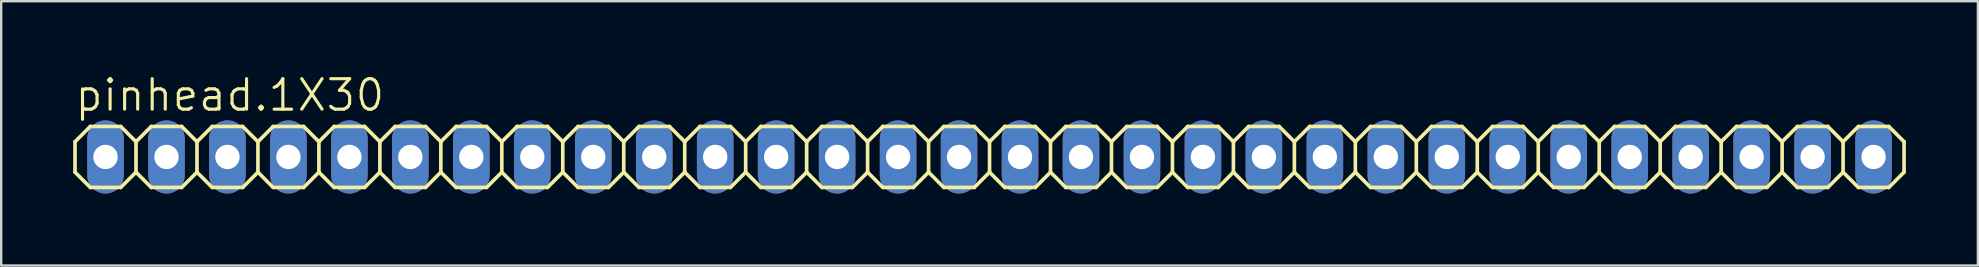
<source format=kicad_pcb>
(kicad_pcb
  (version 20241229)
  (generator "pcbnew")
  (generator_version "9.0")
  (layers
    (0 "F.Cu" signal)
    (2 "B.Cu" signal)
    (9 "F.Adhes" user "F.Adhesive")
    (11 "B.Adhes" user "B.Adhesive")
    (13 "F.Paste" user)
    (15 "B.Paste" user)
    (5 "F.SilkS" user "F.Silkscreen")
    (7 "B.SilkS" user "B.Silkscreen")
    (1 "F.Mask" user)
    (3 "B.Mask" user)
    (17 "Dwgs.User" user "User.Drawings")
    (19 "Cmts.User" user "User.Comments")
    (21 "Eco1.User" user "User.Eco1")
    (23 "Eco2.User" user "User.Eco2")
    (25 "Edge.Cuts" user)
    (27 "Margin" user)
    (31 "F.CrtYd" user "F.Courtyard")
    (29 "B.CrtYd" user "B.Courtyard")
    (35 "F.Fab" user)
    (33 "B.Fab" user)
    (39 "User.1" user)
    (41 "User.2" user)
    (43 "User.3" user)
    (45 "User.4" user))
  (footprint "pinhead.1X30"
    (layer "F.Cu")
    (at 38.176 3.489)
    (property "Reference" "pinhead.1X30" (at -38.176 -1.829 0) (layer "F.SilkS") (effects (font (size 1.27 1.27) (thickness 0.13)) (justify left bottom)))
    (attr through_hole)
    (fp_line (start -38.1 -0.635) (end -38.1 0.635) (stroke (width 0.152) (type default)) (layer "F.SilkS"))
    (fp_line (start -38.1 0.635) (end -37.465 1.27) (stroke (width 0.152) (type default)) (layer "F.SilkS"))
    (fp_line (start -37.465 -1.27) (end -38.1 -0.635) (stroke (width 0.152) (type default)) (layer "F.SilkS"))
    (fp_line (start -37.465 -1.27) (end -36.195 -1.27) (stroke (width 0.152) (type default)) (layer "F.SilkS"))
    (fp_line (start -36.195 -1.27) (end -35.56 -0.635) (stroke (width 0.152) (type default)) (layer "F.SilkS"))
    (fp_line (start -36.195 1.27) (end -37.465 1.27) (stroke (width 0.152) (type default)) (layer "F.SilkS"))
    (fp_line (start -35.56 -0.635) (end -35.56 0.635) (stroke (width 0.152) (type default)) (layer "F.SilkS"))
    (fp_line (start -35.56 -0.635) (end -34.925 -1.27) (stroke (width 0.152) (type default)) (layer "F.SilkS"))
    (fp_line (start -35.56 0.635) (end -36.195 1.27) (stroke (width 0.152) (type default)) (layer "F.SilkS"))
    (fp_line (start -34.925 -1.27) (end -33.655 -1.27) (stroke (width 0.152) (type default)) (layer "F.SilkS"))
    (fp_line (start -34.925 1.27) (end -35.56 0.635) (stroke (width 0.152) (type default)) (layer "F.SilkS"))
    (fp_line (start -33.655 -1.27) (end -33.02 -0.635) (stroke (width 0.152) (type default)) (layer "F.SilkS"))
    (fp_line (start -33.655 1.27) (end -34.925 1.27) (stroke (width 0.152) (type default)) (layer "F.SilkS"))
    (fp_line (start -33.02 -0.635) (end -33.02 0.635) (stroke (width 0.152) (type default)) (layer "F.SilkS"))
    (fp_line (start -33.02 -0.635) (end -32.385 -1.27) (stroke (width 0.152) (type default)) (layer "F.SilkS"))
    (fp_line (start -33.02 0.635) (end -33.655 1.27) (stroke (width 0.152) (type default)) (layer "F.SilkS"))
    (fp_line (start -32.385 -1.27) (end -31.115 -1.27) (stroke (width 0.152) (type default)) (layer "F.SilkS"))
    (fp_line (start -32.385 1.27) (end -33.02 0.635) (stroke (width 0.152) (type default)) (layer "F.SilkS"))
    (fp_line (start -31.115 -1.27) (end -30.48 -0.635) (stroke (width 0.152) (type default)) (layer "F.SilkS"))
    (fp_line (start -31.115 1.27) (end -32.385 1.27) (stroke (width 0.152) (type default)) (layer "F.SilkS"))
    (fp_line (start -30.48 -0.635) (end -30.48 0.635) (stroke (width 0.152) (type default)) (layer "F.SilkS"))
    (fp_line (start -30.48 0.635) (end -31.115 1.27) (stroke (width 0.152) (type default)) (layer "F.SilkS"))
    (fp_line (start -30.48 0.635) (end -29.845 1.27) (stroke (width 0.152) (type default)) (layer "F.SilkS"))
    (fp_line (start -29.845 -1.27) (end -30.48 -0.635) (stroke (width 0.152) (type default)) (layer "F.SilkS"))
    (fp_line (start -29.845 -1.27) (end -28.575 -1.27) (stroke (width 0.152) (type default)) (layer "F.SilkS"))
    (fp_line (start -28.575 -1.27) (end -27.94 -0.635) (stroke (width 0.152) (type default)) (layer "F.SilkS"))
    (fp_line (start -28.575 1.27) (end -29.845 1.27) (stroke (width 0.152) (type default)) (layer "F.SilkS"))
    (fp_line (start -27.94 -0.635) (end -27.94 0.635) (stroke (width 0.152) (type default)) (layer "F.SilkS"))
    (fp_line (start -27.94 -0.635) (end -27.305 -1.27) (stroke (width 0.152) (type default)) (layer "F.SilkS"))
    (fp_line (start -27.94 0.635) (end -28.575 1.27) (stroke (width 0.152) (type default)) (layer "F.SilkS"))
    (fp_line (start -27.305 -1.27) (end -26.035 -1.27) (stroke (width 0.152) (type default)) (layer "F.SilkS"))
    (fp_line (start -27.305 1.27) (end -27.94 0.635) (stroke (width 0.152) (type default)) (layer "F.SilkS"))
    (fp_line (start -26.035 -1.27) (end -25.4 -0.635) (stroke (width 0.152) (type default)) (layer "F.SilkS"))
    (fp_line (start -26.035 1.27) (end -27.305 1.27) (stroke (width 0.152) (type default)) (layer "F.SilkS"))
    (fp_line (start -25.4 -0.635) (end -25.4 0.635) (stroke (width 0.152) (type default)) (layer "F.SilkS"))
    (fp_line (start -25.4 -0.635) (end -24.765 -1.27) (stroke (width 0.152) (type default)) (layer "F.SilkS"))
    (fp_line (start -25.4 0.635) (end -26.035 1.27) (stroke (width 0.152) (type default)) (layer "F.SilkS"))
    (fp_line (start -24.765 -1.27) (end -23.495 -1.27) (stroke (width 0.152) (type default)) (layer "F.SilkS"))
    (fp_line (start -24.765 1.27) (end -25.4 0.635) (stroke (width 0.152) (type default)) (layer "F.SilkS"))
    (fp_line (start -23.495 -1.27) (end -22.86 -0.635) (stroke (width 0.152) (type default)) (layer "F.SilkS"))
    (fp_line (start -23.495 1.27) (end -24.765 1.27) (stroke (width 0.152) (type default)) (layer "F.SilkS"))
    (fp_line (start -22.86 -0.635) (end -22.86 0.635) (stroke (width 0.152) (type default)) (layer "F.SilkS"))
    (fp_line (start -22.86 0.635) (end -23.495 1.27) (stroke (width 0.152) (type default)) (layer "F.SilkS"))
    (fp_line (start -22.86 0.635) (end -22.225 1.27) (stroke (width 0.152) (type default)) (layer "F.SilkS"))
    (fp_line (start -22.225 -1.27) (end -22.86 -0.635) (stroke (width 0.152) (type default)) (layer "F.SilkS"))
    (fp_line (start -22.225 -1.27) (end -20.955 -1.27) (stroke (width 0.152) (type default)) (layer "F.SilkS"))
    (fp_line (start -20.955 -1.27) (end -20.32 -0.635) (stroke (width 0.152) (type default)) (layer "F.SilkS"))
    (fp_line (start -20.955 1.27) (end -22.225 1.27) (stroke (width 0.152) (type default)) (layer "F.SilkS"))
    (fp_line (start -20.32 -0.635) (end -20.32 0.635) (stroke (width 0.152) (type default)) (layer "F.SilkS"))
    (fp_line (start -20.32 -0.635) (end -19.685 -1.27) (stroke (width 0.152) (type default)) (layer "F.SilkS"))
    (fp_line (start -20.32 0.635) (end -20.955 1.27) (stroke (width 0.152) (type default)) (layer "F.SilkS"))
    (fp_line (start -19.685 -1.27) (end -18.415 -1.27) (stroke (width 0.152) (type default)) (layer "F.SilkS"))
    (fp_line (start -19.685 1.27) (end -20.32 0.635) (stroke (width 0.152) (type default)) (layer "F.SilkS"))
    (fp_line (start -18.415 -1.27) (end -17.78 -0.635) (stroke (width 0.152) (type default)) (layer "F.SilkS"))
    (fp_line (start -18.415 1.27) (end -19.685 1.27) (stroke (width 0.152) (type default)) (layer "F.SilkS"))
    (fp_line (start -17.78 -0.635) (end -17.78 0.635) (stroke (width 0.152) (type default)) (layer "F.SilkS"))
    (fp_line (start -17.78 -0.635) (end -17.145 -1.27) (stroke (width 0.152) (type default)) (layer "F.SilkS"))
    (fp_line (start -17.78 0.635) (end -18.415 1.27) (stroke (width 0.152) (type default)) (layer "F.SilkS"))
    (fp_line (start -17.145 -1.27) (end -15.875 -1.27) (stroke (width 0.152) (type default)) (layer "F.SilkS"))
    (fp_line (start -17.145 1.27) (end -17.78 0.635) (stroke (width 0.152) (type default)) (layer "F.SilkS"))
    (fp_line (start -15.875 -1.27) (end -15.24 -0.635) (stroke (width 0.152) (type default)) (layer "F.SilkS"))
    (fp_line (start -15.875 1.27) (end -17.145 1.27) (stroke (width 0.152) (type default)) (layer "F.SilkS"))
    (fp_line (start -15.24 -0.635) (end -15.24 0.635) (stroke (width 0.152) (type default)) (layer "F.SilkS"))
    (fp_line (start -15.24 0.635) (end -15.875 1.27) (stroke (width 0.152) (type default)) (layer "F.SilkS"))
    (fp_line (start -15.24 0.635) (end -14.605 1.27) (stroke (width 0.152) (type default)) (layer "F.SilkS"))
    (fp_line (start -14.605 -1.27) (end -15.24 -0.635) (stroke (width 0.152) (type default)) (layer "F.SilkS"))
    (fp_line (start -14.605 -1.27) (end -13.335 -1.27) (stroke (width 0.152) (type default)) (layer "F.SilkS"))
    (fp_line (start -13.335 -1.27) (end -12.7 -0.635) (stroke (width 0.152) (type default)) (layer "F.SilkS"))
    (fp_line (start -13.335 1.27) (end -14.605 1.27) (stroke (width 0.152) (type default)) (layer "F.SilkS"))
    (fp_line (start -12.7 -0.635) (end -12.7 0.635) (stroke (width 0.152) (type default)) (layer "F.SilkS"))
    (fp_line (start -12.7 -0.635) (end -12.065 -1.27) (stroke (width 0.152) (type default)) (layer "F.SilkS"))
    (fp_line (start -12.7 0.635) (end -13.335 1.27) (stroke (width 0.152) (type default)) (layer "F.SilkS"))
    (fp_line (start -12.065 -1.27) (end -10.795 -1.27) (stroke (width 0.152) (type default)) (layer "F.SilkS"))
    (fp_line (start -12.065 1.27) (end -12.7 0.635) (stroke (width 0.152) (type default)) (layer "F.SilkS"))
    (fp_line (start -10.795 -1.27) (end -10.16 -0.635) (stroke (width 0.152) (type default)) (layer "F.SilkS"))
    (fp_line (start -10.795 1.27) (end -12.065 1.27) (stroke (width 0.152) (type default)) (layer "F.SilkS"))
    (fp_line (start -10.16 -0.635) (end -10.16 0.635) (stroke (width 0.152) (type default)) (layer "F.SilkS"))
    (fp_line (start -10.16 -0.635) (end -9.525 -1.27) (stroke (width 0.152) (type default)) (layer "F.SilkS"))
    (fp_line (start -10.16 0.635) (end -10.795 1.27) (stroke (width 0.152) (type default)) (layer "F.SilkS"))
    (fp_line (start -9.525 -1.27) (end -8.255 -1.27) (stroke (width 0.152) (type default)) (layer "F.SilkS"))
    (fp_line (start -9.525 1.27) (end -10.16 0.635) (stroke (width 0.152) (type default)) (layer "F.SilkS"))
    (fp_line (start -8.255 -1.27) (end -7.62 -0.635) (stroke (width 0.152) (type default)) (layer "F.SilkS"))
    (fp_line (start -8.255 1.27) (end -9.525 1.27) (stroke (width 0.152) (type default)) (layer "F.SilkS"))
    (fp_line (start -7.62 -0.635) (end -7.62 0.635) (stroke (width 0.152) (type default)) (layer "F.SilkS"))
    (fp_line (start -7.62 0.635) (end -8.255 1.27) (stroke (width 0.152) (type default)) (layer "F.SilkS"))
    (fp_line (start -7.62 0.635) (end -6.985 1.27) (stroke (width 0.152) (type default)) (layer "F.SilkS"))
    (fp_line (start -6.985 -1.27) (end -7.62 -0.635) (stroke (width 0.152) (type default)) (layer "F.SilkS"))
    (fp_line (start -6.985 -1.27) (end -5.715 -1.27) (stroke (width 0.152) (type default)) (layer "F.SilkS"))
    (fp_line (start -5.715 -1.27) (end -5.08 -0.635) (stroke (width 0.152) (type default)) (layer "F.SilkS"))
    (fp_line (start -5.715 1.27) (end -6.985 1.27) (stroke (width 0.152) (type default)) (layer "F.SilkS"))
    (fp_line (start -5.08 -0.635) (end -5.08 0.635) (stroke (width 0.152) (type default)) (layer "F.SilkS"))
    (fp_line (start -5.08 -0.635) (end -4.445 -1.27) (stroke (width 0.152) (type default)) (layer "F.SilkS"))
    (fp_line (start -5.08 0.635) (end -5.715 1.27) (stroke (width 0.152) (type default)) (layer "F.SilkS"))
    (fp_line (start -4.445 -1.27) (end -3.175 -1.27) (stroke (width 0.152) (type default)) (layer "F.SilkS"))
    (fp_line (start -4.445 1.27) (end -5.08 0.635) (stroke (width 0.152) (type default)) (layer "F.SilkS"))
    (fp_line (start -3.175 -1.27) (end -2.54 -0.635) (stroke (width 0.152) (type default)) (layer "F.SilkS"))
    (fp_line (start -3.175 1.27) (end -4.445 1.27) (stroke (width 0.152) (type default)) (layer "F.SilkS"))
    (fp_line (start -2.54 -0.635) (end -2.54 0.635) (stroke (width 0.152) (type default)) (layer "F.SilkS"))
    (fp_line (start -2.54 -0.635) (end -1.905 -1.27) (stroke (width 0.152) (type default)) (layer "F.SilkS"))
    (fp_line (start -2.54 0.635) (end -3.175 1.27) (stroke (width 0.152) (type default)) (layer "F.SilkS"))
    (fp_line (start -1.905 -1.27) (end -0.635 -1.27) (stroke (width 0.152) (type default)) (layer "F.SilkS"))
    (fp_line (start -1.905 1.27) (end -2.54 0.635) (stroke (width 0.152) (type default)) (layer "F.SilkS"))
    (fp_line (start -0.635 -1.27) (end 0 -0.635) (stroke (width 0.152) (type default)) (layer "F.SilkS"))
    (fp_line (start -0.635 1.27) (end -1.905 1.27) (stroke (width 0.152) (type default)) (layer "F.SilkS"))
    (fp_line (start 0 -0.635) (end 0 0.635) (stroke (width 0.152) (type default)) (layer "F.SilkS"))
    (fp_line (start 0 0.635) (end -0.635 1.27) (stroke (width 0.152) (type default)) (layer "F.SilkS"))
    (fp_line (start 0 0.635) (end 0.635 1.27) (stroke (width 0.152) (type default)) (layer "F.SilkS"))
    (fp_line (start 0.635 -1.27) (end 0 -0.635) (stroke (width 0.152) (type default)) (layer "F.SilkS"))
    (fp_line (start 0.635 -1.27) (end 1.905 -1.27) (stroke (width 0.152) (type default)) (layer "F.SilkS"))
    (fp_line (start 1.905 -1.27) (end 2.54 -0.635) (stroke (width 0.152) (type default)) (layer "F.SilkS"))
    (fp_line (start 1.905 1.27) (end 0.635 1.27) (stroke (width 0.152) (type default)) (layer "F.SilkS"))
    (fp_line (start 2.54 -0.635) (end 2.54 0.635) (stroke (width 0.152) (type default)) (layer "F.SilkS"))
    (fp_line (start 2.54 -0.635) (end 3.175 -1.27) (stroke (width 0.152) (type default)) (layer "F.SilkS"))
    (fp_line (start 2.54 0.635) (end 1.905 1.27) (stroke (width 0.152) (type default)) (layer "F.SilkS"))
    (fp_line (start 3.175 -1.27) (end 4.445 -1.27) (stroke (width 0.152) (type default)) (layer "F.SilkS"))
    (fp_line (start 3.175 1.27) (end 2.54 0.635) (stroke (width 0.152) (type default)) (layer "F.SilkS"))
    (fp_line (start 4.445 -1.27) (end 5.08 -0.635) (stroke (width 0.152) (type default)) (layer "F.SilkS"))
    (fp_line (start 4.445 1.27) (end 3.175 1.27) (stroke (width 0.152) (type default)) (layer "F.SilkS"))
    (fp_line (start 5.08 -0.635) (end 5.08 0.635) (stroke (width 0.152) (type default)) (layer "F.SilkS"))
    (fp_line (start 5.08 -0.635) (end 5.715 -1.27) (stroke (width 0.152) (type default)) (layer "F.SilkS"))
    (fp_line (start 5.08 0.635) (end 4.445 1.27) (stroke (width 0.152) (type default)) (layer "F.SilkS"))
    (fp_line (start 5.715 -1.27) (end 6.985 -1.27) (stroke (width 0.152) (type default)) (layer "F.SilkS"))
    (fp_line (start 5.715 1.27) (end 5.08 0.635) (stroke (width 0.152) (type default)) (layer "F.SilkS"))
    (fp_line (start 6.985 -1.27) (end 7.62 -0.635) (stroke (width 0.152) (type default)) (layer "F.SilkS"))
    (fp_line (start 6.985 1.27) (end 5.715 1.27) (stroke (width 0.152) (type default)) (layer "F.SilkS"))
    (fp_line (start 7.62 -0.635) (end 7.62 0.635) (stroke (width 0.152) (type default)) (layer "F.SilkS"))
    (fp_line (start 7.62 0.635) (end 6.985 1.27) (stroke (width 0.152) (type default)) (layer "F.SilkS"))
    (fp_line (start 7.62 0.635) (end 8.255 1.27) (stroke (width 0.152) (type default)) (layer "F.SilkS"))
    (fp_line (start 8.255 -1.27) (end 7.62 -0.635) (stroke (width 0.152) (type default)) (layer "F.SilkS"))
    (fp_line (start 8.255 -1.27) (end 9.525 -1.27) (stroke (width 0.152) (type default)) (layer "F.SilkS"))
    (fp_line (start 9.525 -1.27) (end 10.16 -0.635) (stroke (width 0.152) (type default)) (layer "F.SilkS"))
    (fp_line (start 9.525 1.27) (end 8.255 1.27) (stroke (width 0.152) (type default)) (layer "F.SilkS"))
    (fp_line (start 10.16 -0.635) (end 10.16 0.635) (stroke (width 0.152) (type default)) (layer "F.SilkS"))
    (fp_line (start 10.16 0.635) (end 9.525 1.27) (stroke (width 0.152) (type default)) (layer "F.SilkS"))
    (fp_line (start 10.16 0.635) (end 10.795 1.27) (stroke (width 0.152) (type default)) (layer "F.SilkS"))
    (fp_line (start 10.795 -1.27) (end 10.16 -0.635) (stroke (width 0.152) (type default)) (layer "F.SilkS"))
    (fp_line (start 10.795 -1.27) (end 12.065 -1.27) (stroke (width 0.152) (type default)) (layer "F.SilkS"))
    (fp_line (start 12.065 -1.27) (end 12.7 -0.635) (stroke (width 0.152) (type default)) (layer "F.SilkS"))
    (fp_line (start 12.065 1.27) (end 10.795 1.27) (stroke (width 0.152) (type default)) (layer "F.SilkS"))
    (fp_line (start 12.7 -0.635) (end 12.7 0.635) (stroke (width 0.152) (type default)) (layer "F.SilkS"))
    (fp_line (start 12.7 0.635) (end 12.065 1.27) (stroke (width 0.152) (type default)) (layer "F.SilkS"))
    (fp_line (start 12.7 0.635) (end 13.335 1.27) (stroke (width 0.152) (type default)) (layer "F.SilkS"))
    (fp_line (start 13.335 -1.27) (end 12.7 -0.635) (stroke (width 0.152) (type default)) (layer "F.SilkS"))
    (fp_line (start 13.335 -1.27) (end 14.605 -1.27) (stroke (width 0.152) (type default)) (layer "F.SilkS"))
    (fp_line (start 14.605 -1.27) (end 15.24 -0.635) (stroke (width 0.152) (type default)) (layer "F.SilkS"))
    (fp_line (start 14.605 1.27) (end 13.335 1.27) (stroke (width 0.152) (type default)) (layer "F.SilkS"))
    (fp_line (start 15.24 -0.635) (end 15.24 0.635) (stroke (width 0.152) (type default)) (layer "F.SilkS"))
    (fp_line (start 15.24 0.635) (end 14.605 1.27) (stroke (width 0.152) (type default)) (layer "F.SilkS"))
    (fp_line (start 15.24 0.635) (end 15.875 1.27) (stroke (width 0.152) (type default)) (layer "F.SilkS"))
    (fp_line (start 15.875 -1.27) (end 15.24 -0.635) (stroke (width 0.152) (type default)) (layer "F.SilkS"))
    (fp_line (start 15.875 -1.27) (end 17.145 -1.27) (stroke (width 0.152) (type default)) (layer "F.SilkS"))
    (fp_line (start 17.145 -1.27) (end 17.78 -0.635) (stroke (width 0.152) (type default)) (layer "F.SilkS"))
    (fp_line (start 17.145 1.27) (end 15.875 1.27) (stroke (width 0.152) (type default)) (layer "F.SilkS"))
    (fp_line (start 17.78 -0.635) (end 17.78 0.635) (stroke (width 0.152) (type default)) (layer "F.SilkS"))
    (fp_line (start 17.78 0.635) (end 17.145 1.27) (stroke (width 0.152) (type default)) (layer "F.SilkS"))
    (fp_line (start 17.78 0.635) (end 18.415 1.27) (stroke (width 0.152) (type default)) (layer "F.SilkS"))
    (fp_line (start 18.415 -1.27) (end 17.78 -0.635) (stroke (width 0.152) (type default)) (layer "F.SilkS"))
    (fp_line (start 18.415 -1.27) (end 19.685 -1.27) (stroke (width 0.152) (type default)) (layer "F.SilkS"))
    (fp_line (start 19.685 -1.27) (end 20.32 -0.635) (stroke (width 0.152) (type default)) (layer "F.SilkS"))
    (fp_line (start 19.685 1.27) (end 18.415 1.27) (stroke (width 0.152) (type default)) (layer "F.SilkS"))
    (fp_line (start 20.32 -0.635) (end 20.32 0.635) (stroke (width 0.152) (type default)) (layer "F.SilkS"))
    (fp_line (start 20.32 0.635) (end 19.685 1.27) (stroke (width 0.152) (type default)) (layer "F.SilkS"))
    (fp_line (start 20.32 0.635) (end 20.955 1.27) (stroke (width 0.152) (type default)) (layer "F.SilkS"))
    (fp_line (start 20.955 -1.27) (end 20.32 -0.635) (stroke (width 0.152) (type default)) (layer "F.SilkS"))
    (fp_line (start 20.955 -1.27) (end 22.225 -1.27) (stroke (width 0.152) (type default)) (layer "F.SilkS"))
    (fp_line (start 22.225 -1.27) (end 22.86 -0.635) (stroke (width 0.152) (type default)) (layer "F.SilkS"))
    (fp_line (start 22.225 1.27) (end 20.955 1.27) (stroke (width 0.152) (type default)) (layer "F.SilkS"))
    (fp_line (start 22.86 -0.635) (end 22.86 0.635) (stroke (width 0.152) (type default)) (layer "F.SilkS"))
    (fp_line (start 22.86 0.635) (end 22.225 1.27) (stroke (width 0.152) (type default)) (layer "F.SilkS"))
    (fp_line (start 22.86 0.635) (end 23.495 1.27) (stroke (width 0.152) (type default)) (layer "F.SilkS"))
    (fp_line (start 23.495 -1.27) (end 22.86 -0.635) (stroke (width 0.152) (type default)) (layer "F.SilkS"))
    (fp_line (start 23.495 -1.27) (end 24.765 -1.27) (stroke (width 0.152) (type default)) (layer "F.SilkS"))
    (fp_line (start 24.765 -1.27) (end 25.4 -0.635) (stroke (width 0.152) (type default)) (layer "F.SilkS"))
    (fp_line (start 24.765 1.27) (end 23.495 1.27) (stroke (width 0.152) (type default)) (layer "F.SilkS"))
    (fp_line (start 25.4 -0.635) (end 25.4 0.635) (stroke (width 0.152) (type default)) (layer "F.SilkS"))
    (fp_line (start 25.4 0.635) (end 24.765 1.27) (stroke (width 0.152) (type default)) (layer "F.SilkS"))
    (fp_line (start 25.4 0.635) (end 26.035 1.27) (stroke (width 0.152) (type default)) (layer "F.SilkS"))
    (fp_line (start 26.035 -1.27) (end 25.4 -0.635) (stroke (width 0.152) (type default)) (layer "F.SilkS"))
    (fp_line (start 26.035 -1.27) (end 27.305 -1.27) (stroke (width 0.152) (type default)) (layer "F.SilkS"))
    (fp_line (start 27.305 -1.27) (end 27.94 -0.635) (stroke (width 0.152) (type default)) (layer "F.SilkS"))
    (fp_line (start 27.305 1.27) (end 26.035 1.27) (stroke (width 0.152) (type default)) (layer "F.SilkS"))
    (fp_line (start 27.94 -0.635) (end 27.94 0.635) (stroke (width 0.152) (type default)) (layer "F.SilkS"))
    (fp_line (start 27.94 0.635) (end 27.305 1.27) (stroke (width 0.152) (type default)) (layer "F.SilkS"))
    (fp_line (start 27.94 0.635) (end 28.575 1.27) (stroke (width 0.152) (type default)) (layer "F.SilkS"))
    (fp_line (start 28.575 -1.27) (end 27.94 -0.635) (stroke (width 0.152) (type default)) (layer "F.SilkS"))
    (fp_line (start 28.575 -1.27) (end 29.845 -1.27) (stroke (width 0.152) (type default)) (layer "F.SilkS"))
    (fp_line (start 29.845 -1.27) (end 30.48 -0.635) (stroke (width 0.152) (type default)) (layer "F.SilkS"))
    (fp_line (start 29.845 1.27) (end 28.575 1.27) (stroke (width 0.152) (type default)) (layer "F.SilkS"))
    (fp_line (start 30.48 -0.635) (end 30.48 0.635) (stroke (width 0.152) (type default)) (layer "F.SilkS"))
    (fp_line (start 30.48 0.635) (end 29.845 1.27) (stroke (width 0.152) (type default)) (layer "F.SilkS"))
    (fp_line (start 30.48 0.635) (end 31.115 1.27) (stroke (width 0.152) (type default)) (layer "F.SilkS"))
    (fp_line (start 31.115 -1.27) (end 30.48 -0.635) (stroke (width 0.152) (type default)) (layer "F.SilkS"))
    (fp_line (start 31.115 -1.27) (end 32.385 -1.27) (stroke (width 0.152) (type default)) (layer "F.SilkS"))
    (fp_line (start 32.385 -1.27) (end 33.02 -0.635) (stroke (width 0.152) (type default)) (layer "F.SilkS"))
    (fp_line (start 32.385 1.27) (end 31.115 1.27) (stroke (width 0.152) (type default)) (layer "F.SilkS"))
    (fp_line (start 33.02 -0.635) (end 33.02 0.635) (stroke (width 0.152) (type default)) (layer "F.SilkS"))
    (fp_line (start 33.02 0.635) (end 32.385 1.27) (stroke (width 0.152) (type default)) (layer "F.SilkS"))
    (fp_line (start 33.02 0.635) (end 33.655 1.27) (stroke (width 0.152) (type default)) (layer "F.SilkS"))
    (fp_line (start 33.655 -1.27) (end 33.02 -0.635) (stroke (width 0.152) (type default)) (layer "F.SilkS"))
    (fp_line (start 33.655 -1.27) (end 34.925 -1.27) (stroke (width 0.152) (type default)) (layer "F.SilkS"))
    (fp_line (start 34.925 -1.27) (end 35.56 -0.635) (stroke (width 0.152) (type default)) (layer "F.SilkS"))
    (fp_line (start 34.925 1.27) (end 33.655 1.27) (stroke (width 0.152) (type default)) (layer "F.SilkS"))
    (fp_line (start 35.56 -0.635) (end 35.56 0.635) (stroke (width 0.152) (type default)) (layer "F.SilkS"))
    (fp_line (start 35.56 0.635) (end 34.925 1.27) (stroke (width 0.152) (type default)) (layer "F.SilkS"))
    (fp_line (start 35.56 0.635) (end 36.195 1.27) (stroke (width 0.152) (type default)) (layer "F.SilkS"))
    (fp_line (start 36.195 -1.27) (end 35.56 -0.635) (stroke (width 0.152) (type default)) (layer "F.SilkS"))
    (fp_line (start 36.195 -1.27) (end 37.465 -1.27) (stroke (width 0.152) (type default)) (layer "F.SilkS"))
    (fp_line (start 37.465 -1.27) (end 38.1 -0.635) (stroke (width 0.152) (type default)) (layer "F.SilkS"))
    (fp_line (start 37.465 1.27) (end 36.195 1.27) (stroke (width 0.152) (type default)) (layer "F.SilkS"))
    (fp_line (start 38.1 -0.635) (end 38.1 0.635) (stroke (width 0.152) (type default)) (layer "F.SilkS"))
    (fp_line (start 38.1 0.635) (end 37.465 1.27) (stroke (width 0.152) (type default)) (layer "F.SilkS"))
    (fp_rect (start -37.084 0.254) (end -36.576 -0.254) (stroke (width 0.05) (type default)) (fill no) (layer "F.Fab"))
    (fp_rect (start -34.544 0.254) (end -34.036 -0.254) (stroke (width 0.05) (type default)) (fill no) (layer "F.Fab"))
    (fp_rect (start -32.004 0.254) (end -31.496 -0.254) (stroke (width 0.05) (type default)) (fill no) (layer "F.Fab"))
    (fp_rect (start -29.464 0.254) (end -28.956 -0.254) (stroke (width 0.05) (type default)) (fill no) (layer "F.Fab"))
    (fp_rect (start -26.924 0.254) (end -26.416 -0.254) (stroke (width 0.05) (type default)) (fill no) (layer "F.Fab"))
    (fp_rect (start -24.384 0.254) (end -23.876 -0.254) (stroke (width 0.05) (type default)) (fill no) (layer "F.Fab"))
    (fp_rect (start -21.844 0.254) (end -21.336 -0.254) (stroke (width 0.05) (type default)) (fill no) (layer "F.Fab"))
    (fp_rect (start -19.304 0.254) (end -18.796 -0.254) (stroke (width 0.05) (type default)) (fill no) (layer "F.Fab"))
    (fp_rect (start -16.764 0.254) (end -16.256 -0.254) (stroke (width 0.05) (type default)) (fill no) (layer "F.Fab"))
    (fp_rect (start -14.224 0.254) (end -13.716 -0.254) (stroke (width 0.05) (type default)) (fill no) (layer "F.Fab"))
    (fp_rect (start -11.684 0.254) (end -11.176 -0.254) (stroke (width 0.05) (type default)) (fill no) (layer "F.Fab"))
    (fp_rect (start -9.144 0.254) (end -8.636 -0.254) (stroke (width 0.05) (type default)) (fill no) (layer "F.Fab"))
    (fp_rect (start -6.604 0.254) (end -6.096 -0.254) (stroke (width 0.05) (type default)) (fill no) (layer "F.Fab"))
    (fp_rect (start -4.064 0.254) (end -3.556 -0.254) (stroke (width 0.05) (type default)) (fill no) (layer "F.Fab"))
    (fp_rect (start -1.524 0.254) (end -1.016 -0.254) (stroke (width 0.05) (type default)) (fill no) (layer "F.Fab"))
    (fp_rect (start 1.016 0.254) (end 1.524 -0.254) (stroke (width 0.05) (type default)) (fill no) (layer "F.Fab"))
    (fp_rect (start 3.556 0.254) (end 4.064 -0.254) (stroke (width 0.05) (type default)) (fill no) (layer "F.Fab"))
    (fp_rect (start 6.096 0.254) (end 6.604 -0.254) (stroke (width 0.05) (type default)) (fill no) (layer "F.Fab"))
    (fp_rect (start 8.636 0.254) (end 9.144 -0.254) (stroke (width 0.05) (type default)) (fill no) (layer "F.Fab"))
    (fp_rect (start 11.176 0.254) (end 11.684 -0.254) (stroke (width 0.05) (type default)) (fill no) (layer "F.Fab"))
    (fp_rect (start 13.716 0.254) (end 14.224 -0.254) (stroke (width 0.05) (type default)) (fill no) (layer "F.Fab"))
    (fp_rect (start 16.256 0.254) (end 16.764 -0.254) (stroke (width 0.05) (type default)) (fill no) (layer "F.Fab"))
    (fp_rect (start 18.796 0.254) (end 19.304 -0.254) (stroke (width 0.05) (type default)) (fill no) (layer "F.Fab"))
    (fp_rect (start 21.336 0.254) (end 21.844 -0.254) (stroke (width 0.05) (type default)) (fill no) (layer "F.Fab"))
    (fp_rect (start 23.876 0.254) (end 24.384 -0.254) (stroke (width 0.05) (type default)) (fill no) (layer "F.Fab"))
    (fp_rect (start 26.416 0.254) (end 26.924 -0.254) (stroke (width 0.05) (type default)) (fill no) (layer "F.Fab"))
    (fp_rect (start 28.956 0.254) (end 29.464 -0.254) (stroke (width 0.05) (type default)) (fill no) (layer "F.Fab"))
    (fp_rect (start 31.496 0.254) (end 32.004 -0.254) (stroke (width 0.05) (type default)) (fill no) (layer "F.Fab"))
    (fp_rect (start 34.036 0.254) (end 34.544 -0.254) (stroke (width 0.05) (type default)) (fill no) (layer "F.Fab"))
    (fp_rect (start 36.576 0.254) (end 37.084 -0.254) (stroke (width 0.05) (type default)) (fill no) (layer "F.Fab"))
    (pad "1" thru_hole oval (at -36.83 0 90) (size 3.048 1.524) (drill 1.016) (layers "*.Cu" "*.Mask"))
    (pad "2" thru_hole oval (at -34.29 0 90) (size 3.048 1.524) (drill 1.016) (layers "*.Cu" "*.Mask"))
    (pad "3" thru_hole oval (at -31.75 0 90) (size 3.048 1.524) (drill 1.016) (layers "*.Cu" "*.Mask"))
    (pad "4" thru_hole oval (at -29.21 0 90) (size 3.048 1.524) (drill 1.016) (layers "*.Cu" "*.Mask"))
    (pad "5" thru_hole oval (at -26.67 0 90) (size 3.048 1.524) (drill 1.016) (layers "*.Cu" "*.Mask"))
    (pad "6" thru_hole oval (at -24.13 0 90) (size 3.048 1.524) (drill 1.016) (layers "*.Cu" "*.Mask"))
    (pad "7" thru_hole oval (at -21.59 0 90) (size 3.048 1.524) (drill 1.016) (layers "*.Cu" "*.Mask"))
    (pad "8" thru_hole oval (at -19.05 0 90) (size 3.048 1.524) (drill 1.016) (layers "*.Cu" "*.Mask"))
    (pad "9" thru_hole oval (at -16.51 0 90) (size 3.048 1.524) (drill 1.016) (layers "*.Cu" "*.Mask"))
    (pad "10" thru_hole oval (at -13.97 0 90) (size 3.048 1.524) (drill 1.016) (layers "*.Cu" "*.Mask"))
    (pad "11" thru_hole oval (at -11.43 0 90) (size 3.048 1.524) (drill 1.016) (layers "*.Cu" "*.Mask"))
    (pad "12" thru_hole oval (at -8.89 0 90) (size 3.048 1.524) (drill 1.016) (layers "*.Cu" "*.Mask"))
    (pad "13" thru_hole oval (at -6.35 0 90) (size 3.048 1.524) (drill 1.016) (layers "*.Cu" "*.Mask"))
    (pad "14" thru_hole oval (at -3.81 0 90) (size 3.048 1.524) (drill 1.016) (layers "*.Cu" "*.Mask"))
    (pad "15" thru_hole oval (at -1.27 0 90) (size 3.048 1.524) (drill 1.016) (layers "*.Cu" "*.Mask"))
    (pad "16" thru_hole oval (at 1.27 0 90) (size 3.048 1.524) (drill 1.016) (layers "*.Cu" "*.Mask"))
    (pad "17" thru_hole oval (at 3.81 0 90) (size 3.048 1.524) (drill 1.016) (layers "*.Cu" "*.Mask"))
    (pad "18" thru_hole oval (at 6.35 0 90) (size 3.048 1.524) (drill 1.016) (layers "*.Cu" "*.Mask"))
    (pad "19" thru_hole oval (at 8.89 0 90) (size 3.048 1.524) (drill 1.016) (layers "*.Cu" "*.Mask"))
    (pad "20" thru_hole oval (at 11.43 0 90) (size 3.048 1.524) (drill 1.016) (layers "*.Cu" "*.Mask"))
    (pad "21" thru_hole oval (at 13.97 0 90) (size 3.048 1.524) (drill 1.016) (layers "*.Cu" "*.Mask"))
    (pad "22" thru_hole oval (at 16.51 0 90) (size 3.048 1.524) (drill 1.016) (layers "*.Cu" "*.Mask"))
    (pad "23" thru_hole oval (at 19.05 0 90) (size 3.048 1.524) (drill 1.016) (layers "*.Cu" "*.Mask"))
    (pad "24" thru_hole oval (at 21.59 0 90) (size 3.048 1.524) (drill 1.016) (layers "*.Cu" "*.Mask"))
    (pad "25" thru_hole oval (at 24.13 0 90) (size 3.048 1.524) (drill 1.016) (layers "*.Cu" "*.Mask"))
    (pad "26" thru_hole oval (at 26.67 0 90) (size 3.048 1.524) (drill 1.016) (layers "*.Cu" "*.Mask"))
    (pad "27" thru_hole oval (at 29.21 0 90) (size 3.048 1.524) (drill 1.016) (layers "*.Cu" "*.Mask"))
    (pad "28" thru_hole oval (at 31.75 0 90) (size 3.048 1.524) (drill 1.016) (layers "*.Cu" "*.Mask"))
    (pad "29" thru_hole oval (at 34.29 0 90) (size 3.048 1.524) (drill 1.016) (layers "*.Cu" "*.Mask"))
    (pad "30" thru_hole oval (at 36.83 0 90) (size 3.048 1.524) (drill 1.016) (layers "*.Cu" "*.Mask")))
  (gr_rect
    (start -3 -3)
    (end 79.352 8.013)
    (stroke (width 0.1) (type default))
    (fill no)
    (layer "Edge.Cuts")))
</source>
